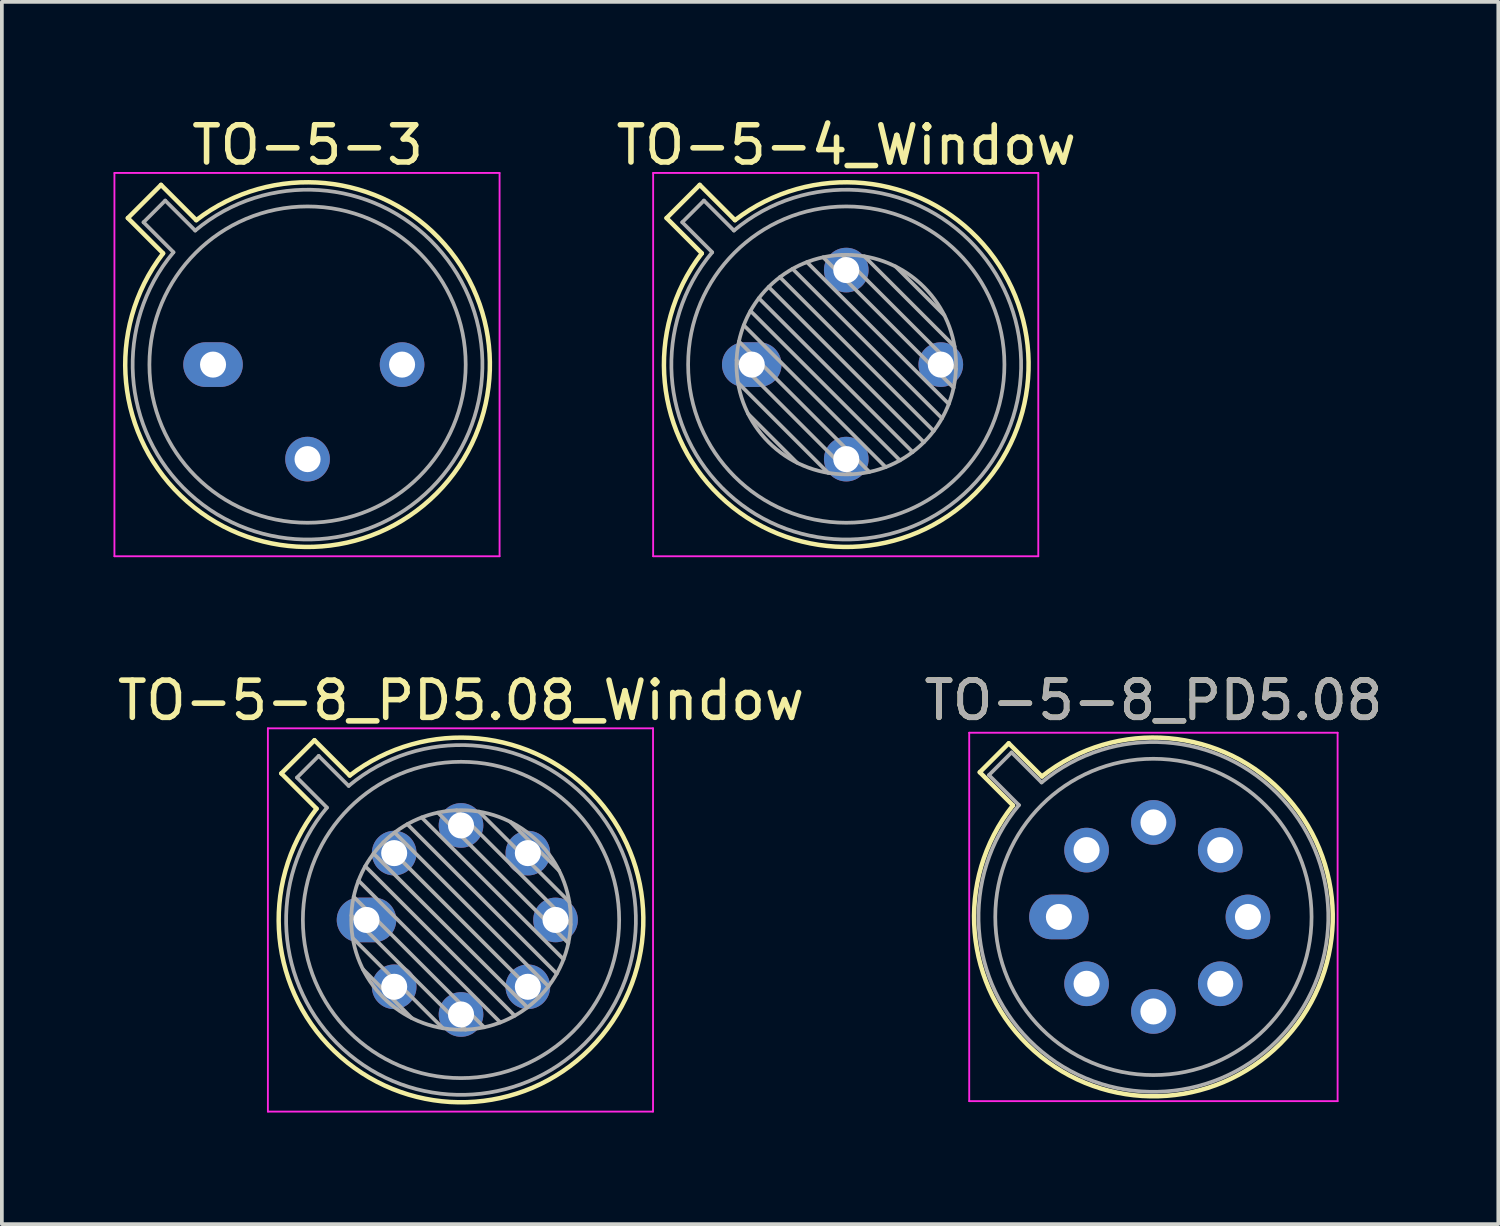
<source format=kicad_pcb>
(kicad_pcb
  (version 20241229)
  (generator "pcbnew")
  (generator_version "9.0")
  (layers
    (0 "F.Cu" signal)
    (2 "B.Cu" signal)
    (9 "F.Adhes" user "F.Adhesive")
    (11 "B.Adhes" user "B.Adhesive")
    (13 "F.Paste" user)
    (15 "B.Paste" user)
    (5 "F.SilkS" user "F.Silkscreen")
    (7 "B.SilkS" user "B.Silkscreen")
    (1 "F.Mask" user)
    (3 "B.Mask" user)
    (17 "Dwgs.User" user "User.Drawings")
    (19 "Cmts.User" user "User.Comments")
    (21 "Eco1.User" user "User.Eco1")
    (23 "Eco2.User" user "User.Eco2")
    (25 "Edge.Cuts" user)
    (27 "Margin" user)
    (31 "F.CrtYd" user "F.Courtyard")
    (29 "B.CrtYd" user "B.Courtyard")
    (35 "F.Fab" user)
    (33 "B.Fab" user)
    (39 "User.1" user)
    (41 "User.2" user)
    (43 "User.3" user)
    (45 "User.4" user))
  (footprint "TO-5-4_Window"
    (layer "F.Cu")
    (at 17.152 6.748)
    (property "Reference" "TO-5-4_Window" (at 2.54 -5.9 0) (layer "F.SilkS") (effects (font (size 1 1) (thickness 0.15))))
    (attr through_hole)
    (fp_line (start -2.289 -3.938) (end -1.342 -2.991) (stroke (width 0.12) (type solid)) (layer "F.SilkS"))
    (fp_line (start -1.398 -4.829) (end -2.289 -3.938) (stroke (width 0.12) (type solid)) (layer "F.SilkS"))
    (fp_line (start -0.451 -3.882) (end -1.398 -4.829) (stroke (width 0.12) (type solid)) (layer "F.SilkS"))
    (fp_arc (start -0.450589 -3.881543) (mid 6.005607 3.46404) (end -1.342895 -2.988833) (stroke (width 0.12) (type solid)) (layer "F.SilkS"))
    (fp_line (start -2.65 -5.15) (end -2.65 5.15) (stroke (width 0.05) (type solid)) (layer "F.CrtYd"))
    (fp_line (start -2.65 5.15) (end 7.7 5.15) (stroke (width 0.05) (type solid)) (layer "F.CrtYd"))
    (fp_line (start 7.7 -5.15) (end -2.65 -5.15) (stroke (width 0.05) (type solid)) (layer "F.CrtYd"))
    (fp_line (start 7.7 5.15) (end 7.7 -5.15) (stroke (width 0.05) (type solid)) (layer "F.CrtYd"))
    (fp_line (start -1.868 -3.825) (end -1.062 -3.019) (stroke (width 0.1) (type solid)) (layer "F.Fab"))
    (fp_line (start -1.285 -4.408) (end -1.868 -3.825) (stroke (width 0.1) (type solid)) (layer "F.Fab"))
    (fp_line (start -0.479 -3.602) (end -1.285 -4.408) (stroke (width 0.1) (type solid)) (layer "F.Fab"))
    (fp_line (start -0.408 -0.12) (end 2.66 2.948) (stroke (width 0.1) (type solid)) (layer "F.Fab"))
    (fp_line (start -0.371 0.485) (end 2.055 2.911) (stroke (width 0.1) (type solid)) (layer "F.Fab"))
    (fp_line (start -0.344 -0.622) (end 3.162 2.884) (stroke (width 0.1) (type solid)) (layer "F.Fab"))
    (fp_line (start -0.215 -1.058) (end 3.598 2.755) (stroke (width 0.1) (type solid)) (layer "F.Fab"))
    (fp_line (start -0.097 1.324) (end 1.216 2.637) (stroke (width 0.1) (type solid)) (layer "F.Fab"))
    (fp_line (start -0.034 -1.443) (end 3.983 2.574) (stroke (width 0.1) (type solid)) (layer "F.Fab"))
    (fp_line (start 0.19 -1.784) (end 4.324 2.35) (stroke (width 0.1) (type solid)) (layer "F.Fab"))
    (fp_line (start 0.454 -2.086) (end 4.626 2.086) (stroke (width 0.1) (type solid)) (layer "F.Fab"))
    (fp_line (start 0.756 -2.35) (end 4.89 1.784) (stroke (width 0.1) (type solid)) (layer "F.Fab"))
    (fp_line (start 1.097 -2.574) (end 5.114 1.443) (stroke (width 0.1) (type solid)) (layer "F.Fab"))
    (fp_line (start 1.482 -2.755) (end 5.295 1.058) (stroke (width 0.1) (type solid)) (layer "F.Fab"))
    (fp_line (start 1.918 -2.884) (end 5.424 0.622) (stroke (width 0.1) (type solid)) (layer "F.Fab"))
    (fp_line (start 2.42 -2.948) (end 5.488 0.12) (stroke (width 0.1) (type solid)) (layer "F.Fab"))
    (fp_line (start 3.025 -2.911) (end 5.451 -0.485) (stroke (width 0.1) (type solid)) (layer "F.Fab"))
    (fp_line (start 3.864 -2.637) (end 5.177 -1.324) (stroke (width 0.1) (type solid)) (layer "F.Fab"))
    (fp_arc (start -0.478935 -3.602226) (mid 5.864303 3.322501) (end -1.063862 -3.016982) (stroke (width 0.1) (type solid)) (layer "F.Fab"))
    (fp_circle (center 2.54 0) (end 5.49 0) (stroke (width 0.1) (type solid)) (fill no) (layer "F.Fab"))
    (fp_circle (center 2.54 0) (end 6.79 0) (stroke (width 0.1) (type solid)) (fill no) (layer "F.Fab"))
    (pad "1" thru_hole oval (at 0 0) (size 1.6 1.2) (drill 0.7) (layers "*.Cu" "*.Mask"))
    (pad "2" thru_hole oval (at 2.54 2.54) (size 1.2 1.2) (drill 0.7) (layers "*.Cu" "*.Mask"))
    (pad "3" thru_hole oval (at 5.08 0) (size 1.2 1.2) (drill 0.7) (layers "*.Cu" "*.Mask"))
    (pad "4" thru_hole oval (at 2.54 -2.54) (size 1.2 1.2) (drill 0.7) (layers "*.Cu" "*.Mask")))
  (footprint "TO-5-8_PD5.08_Window"
    (layer "F.Cu")
    (at 6.799 21.672)
    (property "Reference" "TO-5-8_PD5.08_Window" (at 2.54 -5.9 0) (layer "F.SilkS") (effects (font (size 1 1) (thickness 0.15))))
    (attr through_hole)
    (fp_line (start -2.289 -3.938) (end -1.342 -2.991) (stroke (width 0.12) (type solid)) (layer "F.SilkS"))
    (fp_line (start -1.398 -4.829) (end -2.289 -3.938) (stroke (width 0.12) (type solid)) (layer "F.SilkS"))
    (fp_line (start -0.451 -3.882) (end -1.398 -4.829) (stroke (width 0.12) (type solid)) (layer "F.SilkS"))
    (fp_arc (start -0.450589 -3.881543) (mid 6.005607 3.46404) (end -1.342895 -2.988833) (stroke (width 0.12) (type solid)) (layer "F.SilkS"))
    (fp_line (start -2.65 -5.15) (end -2.65 5.15) (stroke (width 0.05) (type solid)) (layer "F.CrtYd"))
    (fp_line (start -2.65 5.15) (end 7.7 5.15) (stroke (width 0.05) (type solid)) (layer "F.CrtYd"))
    (fp_line (start 7.7 -5.15) (end -2.65 -5.15) (stroke (width 0.05) (type solid)) (layer "F.CrtYd"))
    (fp_line (start 7.7 5.15) (end 7.7 -5.15) (stroke (width 0.05) (type solid)) (layer "F.CrtYd"))
    (fp_line (start -1.868 -3.825) (end -1.062 -3.019) (stroke (width 0.1) (type solid)) (layer "F.Fab"))
    (fp_line (start -1.285 -4.408) (end -1.868 -3.825) (stroke (width 0.1) (type solid)) (layer "F.Fab"))
    (fp_line (start -0.479 -3.602) (end -1.285 -4.408) (stroke (width 0.1) (type solid)) (layer "F.Fab"))
    (fp_line (start -0.408 -0.12) (end 2.66 2.948) (stroke (width 0.1) (type solid)) (layer "F.Fab"))
    (fp_line (start -0.371 0.485) (end 2.055 2.911) (stroke (width 0.1) (type solid)) (layer "F.Fab"))
    (fp_line (start -0.344 -0.622) (end 3.162 2.884) (stroke (width 0.1) (type solid)) (layer "F.Fab"))
    (fp_line (start -0.215 -1.058) (end 3.598 2.755) (stroke (width 0.1) (type solid)) (layer "F.Fab"))
    (fp_line (start -0.097 1.324) (end 1.216 2.637) (stroke (width 0.1) (type solid)) (layer "F.Fab"))
    (fp_line (start -0.034 -1.443) (end 3.983 2.574) (stroke (width 0.1) (type solid)) (layer "F.Fab"))
    (fp_line (start 0.19 -1.784) (end 4.324 2.35) (stroke (width 0.1) (type solid)) (layer "F.Fab"))
    (fp_line (start 0.454 -2.086) (end 4.626 2.086) (stroke (width 0.1) (type solid)) (layer "F.Fab"))
    (fp_line (start 0.756 -2.35) (end 4.89 1.784) (stroke (width 0.1) (type solid)) (layer "F.Fab"))
    (fp_line (start 1.097 -2.574) (end 5.114 1.443) (stroke (width 0.1) (type solid)) (layer "F.Fab"))
    (fp_line (start 1.482 -2.755) (end 5.295 1.058) (stroke (width 0.1) (type solid)) (layer "F.Fab"))
    (fp_line (start 1.918 -2.884) (end 5.424 0.622) (stroke (width 0.1) (type solid)) (layer "F.Fab"))
    (fp_line (start 2.42 -2.948) (end 5.488 0.12) (stroke (width 0.1) (type solid)) (layer "F.Fab"))
    (fp_line (start 3.025 -2.911) (end 5.451 -0.485) (stroke (width 0.1) (type solid)) (layer "F.Fab"))
    (fp_line (start 3.864 -2.637) (end 5.177 -1.324) (stroke (width 0.1) (type solid)) (layer "F.Fab"))
    (fp_arc (start -0.478935 -3.602226) (mid 5.864303 3.322501) (end -1.063862 -3.016982) (stroke (width 0.1) (type solid)) (layer "F.Fab"))
    (fp_circle (center 2.54 0) (end 5.49 0) (stroke (width 0.1) (type solid)) (fill no) (layer "F.Fab"))
    (fp_circle (center 2.54 0) (end 6.79 0) (stroke (width 0.1) (type solid)) (fill no) (layer "F.Fab"))
    (pad "1" thru_hole oval (at 0 0) (size 1.6 1.2) (drill 0.7) (layers "*.Cu" "*.Mask"))
    (pad "2" thru_hole oval (at 0.744 1.796) (size 1.2 1.2) (drill 0.7) (layers "*.Cu" "*.Mask"))
    (pad "3" thru_hole oval (at 2.54 2.54) (size 1.2 1.2) (drill 0.7) (layers "*.Cu" "*.Mask"))
    (pad "4" thru_hole oval (at 4.336 1.796) (size 1.2 1.2) (drill 0.7) (layers "*.Cu" "*.Mask"))
    (pad "5" thru_hole oval (at 5.08 0) (size 1.2 1.2) (drill 0.7) (layers "*.Cu" "*.Mask"))
    (pad "6" thru_hole oval (at 4.336 -1.796) (size 1.2 1.2) (drill 0.7) (layers "*.Cu" "*.Mask"))
    (pad "7" thru_hole oval (at 2.54 -2.54) (size 1.2 1.2) (drill 0.7) (layers "*.Cu" "*.Mask"))
    (pad "8" thru_hole oval (at 0.744 -1.796) (size 1.2 1.2) (drill 0.7) (layers "*.Cu" "*.Mask")))
  (footprint "TO-5-3"
    (layer "F.Cu")
    (at 2.675 6.748)
    (property "Reference" "TO-5-3" (at 2.54 -5.9 0) (layer "F.SilkS") (effects (font (size 1 1) (thickness 0.15))))
    (attr through_hole)
    (fp_line (start -2.289 -3.938) (end -1.342 -2.991) (stroke (width 0.12) (type solid)) (layer "F.SilkS"))
    (fp_line (start -1.398 -4.829) (end -2.289 -3.938) (stroke (width 0.12) (type solid)) (layer "F.SilkS"))
    (fp_line (start -0.451 -3.882) (end -1.398 -4.829) (stroke (width 0.12) (type solid)) (layer "F.SilkS"))
    (fp_arc (start -0.450589 -3.881543) (mid 6.005607 3.46404) (end -1.342895 -2.988833) (stroke (width 0.12) (type solid)) (layer "F.SilkS"))
    (fp_line (start -2.65 -5.15) (end -2.65 5.15) (stroke (width 0.05) (type solid)) (layer "F.CrtYd"))
    (fp_line (start -2.65 5.15) (end 7.7 5.15) (stroke (width 0.05) (type solid)) (layer "F.CrtYd"))
    (fp_line (start 7.7 -5.15) (end -2.65 -5.15) (stroke (width 0.05) (type solid)) (layer "F.CrtYd"))
    (fp_line (start 7.7 5.15) (end 7.7 -5.15) (stroke (width 0.05) (type solid)) (layer "F.CrtYd"))
    (fp_line (start -1.868 -3.825) (end -1.062 -3.019) (stroke (width 0.1) (type solid)) (layer "F.Fab"))
    (fp_line (start -1.285 -4.408) (end -1.868 -3.825) (stroke (width 0.1) (type solid)) (layer "F.Fab"))
    (fp_line (start -0.479 -3.602) (end -1.285 -4.408) (stroke (width 0.1) (type solid)) (layer "F.Fab"))
    (fp_arc (start -0.478935 -3.602226) (mid 5.864303 3.322501) (end -1.063862 -3.016982) (stroke (width 0.1) (type solid)) (layer "F.Fab"))
    (fp_circle (center 2.54 0) (end 6.79 0) (stroke (width 0.1) (type solid)) (fill no) (layer "F.Fab"))
    (pad "1" thru_hole oval (at 0 0) (size 1.6 1.2) (drill 0.7) (layers "*.Cu" "*.Mask"))
    (pad "2" thru_hole oval (at 2.54 2.54) (size 1.2 1.2) (drill 0.7) (layers "*.Cu" "*.Mask"))
    (pad "3" thru_hole oval (at 5.08 0) (size 1.2 1.2) (drill 0.7) (layers "*.Cu" "*.Mask")))
  (footprint "TO-5-8_PD5.08"
    (layer "F.Cu")
    (at 25.406 21.591)
    (property "Reference" "TO-5-8_PD5.08" (at 2.54 -5.82 0) (layer "F.SilkS") (effects (font (size 1 1) (thickness 0.15))))
    (attr through_hole)
    (fp_line (start -2.126 -3.888) (end -1.235 -2.997) (stroke (width 0.12) (type solid)) (layer "F.SilkS"))
    (fp_line (start -1.348 -4.666) (end -2.126 -3.888) (stroke (width 0.12) (type solid)) (layer "F.SilkS"))
    (fp_line (start -0.457 -3.775) (end -1.348 -4.666) (stroke (width 0.12) (type solid)) (layer "F.SilkS"))
    (fp_arc (start -0.457084 -3.774902) (mid 5.948125 3.408384) (end -1.234674 -2.997371) (stroke (width 0.12) (type solid)) (layer "F.SilkS"))
    (fp_line (start -2.41 -4.95) (end -2.41 4.95) (stroke (width 0.05) (type solid)) (layer "F.CrtYd"))
    (fp_line (start -2.41 4.95) (end 7.49 4.95) (stroke (width 0.05) (type solid)) (layer "F.CrtYd"))
    (fp_line (start 7.49 -4.95) (end -2.41 -4.95) (stroke (width 0.05) (type solid)) (layer "F.CrtYd"))
    (fp_line (start 7.49 4.95) (end 7.49 -4.95) (stroke (width 0.05) (type solid)) (layer "F.CrtYd"))
    (fp_line (start -1.88 -3.812) (end -1.074 -3.005) (stroke (width 0.1) (type solid)) (layer "F.Fab"))
    (fp_line (start -1.272 -4.42) (end -1.88 -3.812) (stroke (width 0.1) (type solid)) (layer "F.Fab"))
    (fp_line (start -0.465 -3.614) (end -1.272 -4.42) (stroke (width 0.1) (type solid)) (layer "F.Fab"))
    (fp_arc (start -0.465408 -3.61352) (mid 5.863443 3.323361) (end -1.073594 -3.005319) (stroke (width 0.1) (type solid)) (layer "F.Fab"))
    (fp_circle (center 2.54 0) (end 6.79 0) (stroke (width 0.1) (type solid)) (fill no) (layer "F.Fab"))
    (fp_text user "${REFERENCE}" (at 2.54 -5.82 0) (layer "F.Fab") (effects (font (size 1 1) (thickness 0.15))))
    (pad "1" thru_hole oval (at 0 0) (size 1.6 1.2) (drill 0.7) (layers "*.Cu" "*.Mask"))
    (pad "2" thru_hole oval (at 0.744 1.796) (size 1.2 1.2) (drill 0.7) (layers "*.Cu" "*.Mask"))
    (pad "3" thru_hole oval (at 2.54 2.54) (size 1.2 1.2) (drill 0.7) (layers "*.Cu" "*.Mask"))
    (pad "4" thru_hole oval (at 4.336 1.796) (size 1.2 1.2) (drill 0.7) (layers "*.Cu" "*.Mask"))
    (pad "5" thru_hole oval (at 5.08 0) (size 1.2 1.2) (drill 0.7) (layers "*.Cu" "*.Mask"))
    (pad "6" thru_hole oval (at 4.336 -1.796) (size 1.2 1.2) (drill 0.7) (layers "*.Cu" "*.Mask"))
    (pad "7" thru_hole oval (at 2.54 -2.54) (size 1.2 1.2) (drill 0.7) (layers "*.Cu" "*.Mask"))
    (pad "8" thru_hole oval (at 0.744 -1.796) (size 1.2 1.2) (drill 0.7) (layers "*.Cu" "*.Mask")))
  (gr_rect
    (start -3 -3)
    (end 37.214 29.846)
    (stroke (width 0.1) (type default))
    (fill no)
    (layer "Edge.Cuts")))
</source>
